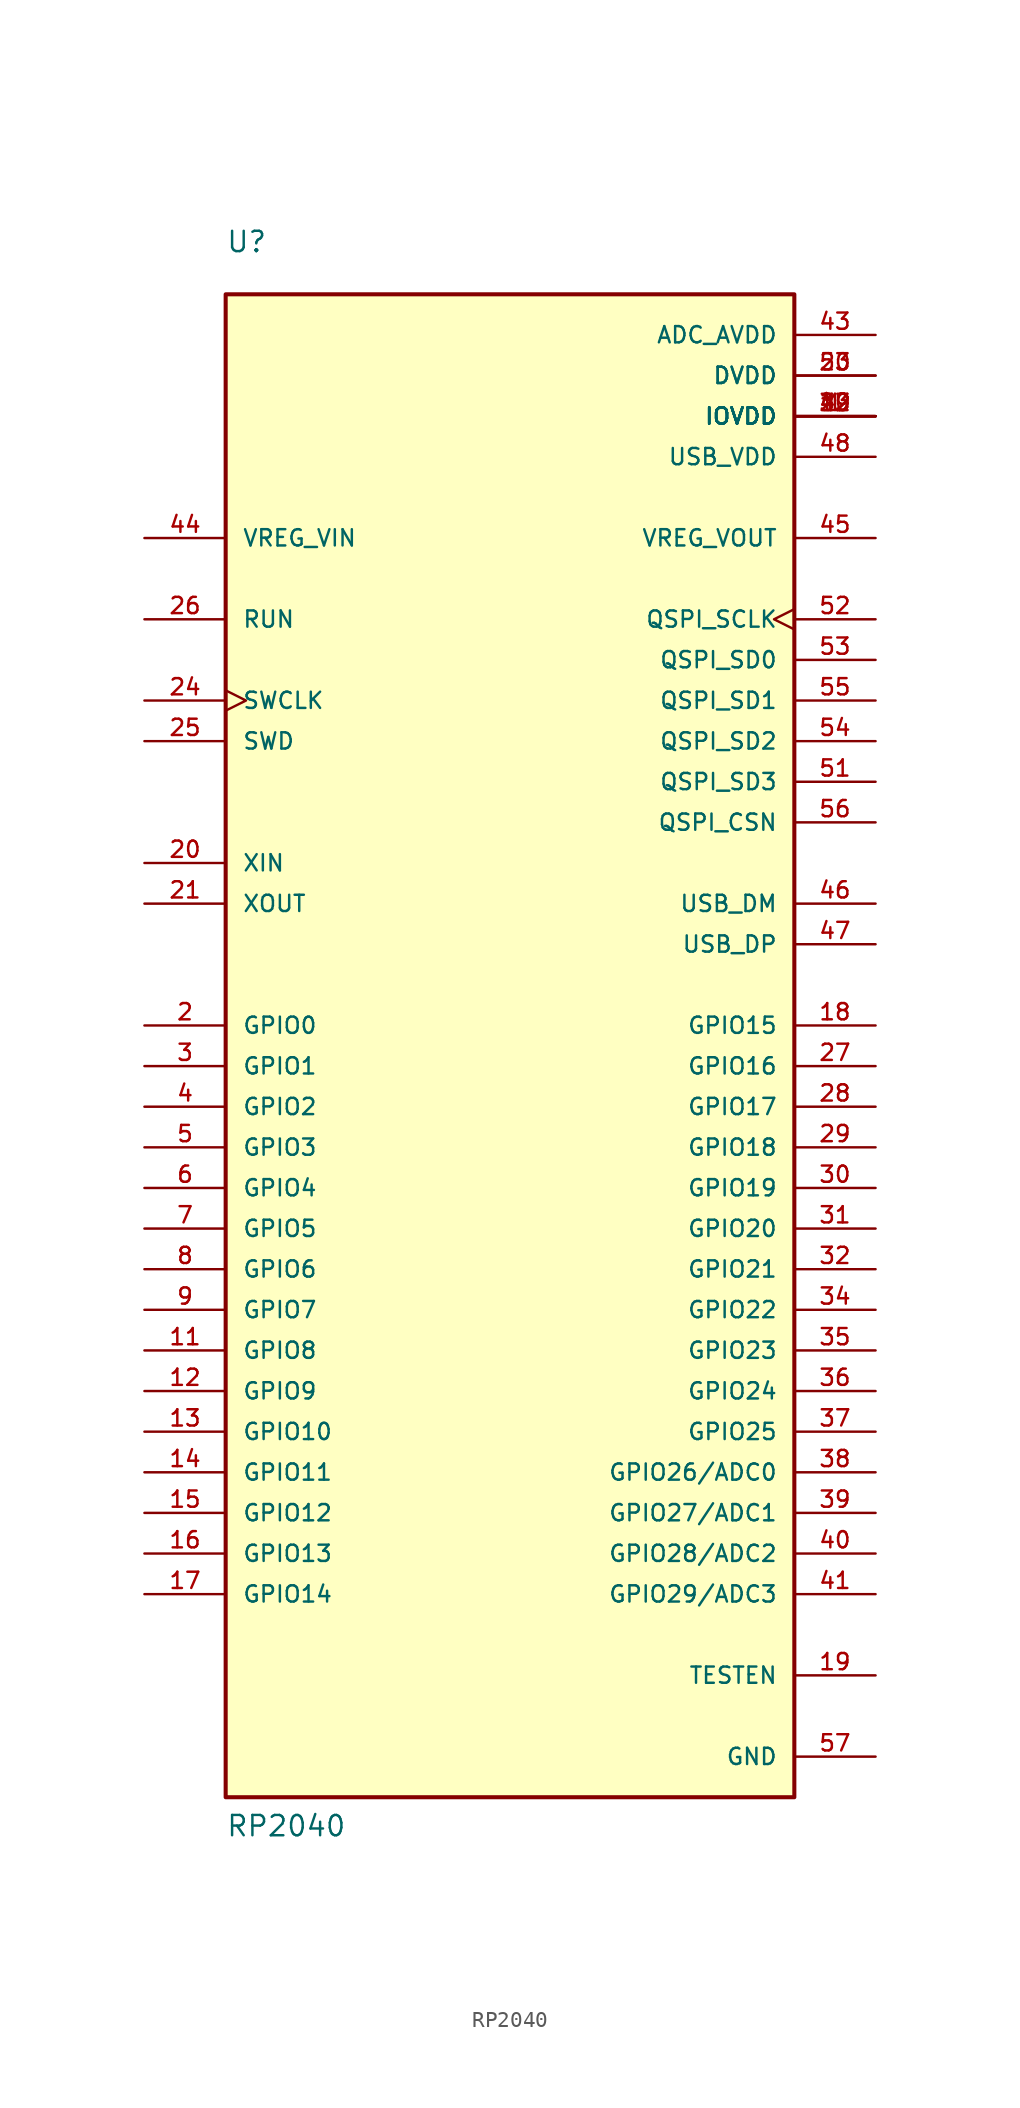
<source format=kicad_sym>
(kicad_symbol_lib
  (version 20211014)
  (generator kicad_symbol_editor)
  (symbol "RP2040"
    (pin_names
      (offset 1.016))
    (property "Reference" "U"
      (at -17.78 50.8 0)
      (effects (font (size 1.27 1.27)) (justify left bottom)))
    (property "Value" "RP2040"
      (at -17.78 -48.26 0)
      (effects (font (size 1.27 1.27)) (justify left bottom)))
    (property "ki_locked" ""
      (at 0 0 0)
      (effects (font (size 1.27 1.27))))
    (symbol "RP2040_0_0"
      (rectangle (start -17.78 -45.72) (end 17.78 48.26) (stroke (width 0.254) (type default) (color 0 0 0 0)) (fill (type background)))
      (pin power_in line (at 22.86 40.64 180) (length 5.08) (name "IOVDD" (effects (font (size 1.016 1.016)))) (number "1" (effects (font (size 1.016 1.016)))))
      (pin power_in line (at 22.86 40.64 180) (length 5.08) (name "IOVDD" (effects (font (size 1.016 1.016)))) (number "10" (effects (font (size 1.016 1.016)))))
      (pin bidirectional line (at -22.86 -17.78 0) (length 5.08) (name "GPIO8" (effects (font (size 1.016 1.016)))) (number "11" (effects (font (size 1.016 1.016)))))
      (pin bidirectional line (at -22.86 -20.32 0) (length 5.08) (name "GPIO9" (effects (font (size 1.016 1.016)))) (number "12" (effects (font (size 1.016 1.016)))))
      (pin bidirectional line (at -22.86 -22.86 0) (length 5.08) (name "GPIO10" (effects (font (size 1.016 1.016)))) (number "13" (effects (font (size 1.016 1.016)))))
      (pin bidirectional line (at -22.86 -25.4 0) (length 5.08) (name "GPIO11" (effects (font (size 1.016 1.016)))) (number "14" (effects (font (size 1.016 1.016)))))
      (pin bidirectional line (at -22.86 -27.94 0) (length 5.08) (name "GPIO12" (effects (font (size 1.016 1.016)))) (number "15" (effects (font (size 1.016 1.016)))))
      (pin bidirectional line (at -22.86 -30.48 0) (length 5.08) (name "GPIO13" (effects (font (size 1.016 1.016)))) (number "16" (effects (font (size 1.016 1.016)))))
      (pin bidirectional line (at -22.86 -33.02 0) (length 5.08) (name "GPIO14" (effects (font (size 1.016 1.016)))) (number "17" (effects (font (size 1.016 1.016)))))
      (pin bidirectional line (at 22.86 2.54 180) (length 5.08) (name "GPIO15" (effects (font (size 1.016 1.016)))) (number "18" (effects (font (size 1.016 1.016)))))
      (pin passive line (at 22.86 -38.1 180) (length 5.08) (name "TESTEN" (effects (font (size 1.016 1.016)))) (number "19" (effects (font (size 1.016 1.016)))))
      (pin bidirectional line (at -22.86 2.54 0) (length 5.08) (name "GPIO0" (effects (font (size 1.016 1.016)))) (number "2" (effects (font (size 1.016 1.016)))))
      (pin input line (at -22.86 12.7 0) (length 5.08) (name "XIN" (effects (font (size 1.016 1.016)))) (number "20" (effects (font (size 1.016 1.016)))))
      (pin output line (at -22.86 10.16 0) (length 5.08) (name "XOUT" (effects (font (size 1.016 1.016)))) (number "21" (effects (font (size 1.016 1.016)))))
      (pin power_in line (at 22.86 40.64 180) (length 5.08) (name "IOVDD" (effects (font (size 1.016 1.016)))) (number "22" (effects (font (size 1.016 1.016)))))
      (pin power_in line (at 22.86 43.18 180) (length 5.08) (name "DVDD" (effects (font (size 1.016 1.016)))) (number "23" (effects (font (size 1.016 1.016)))))
      (pin input clock (at -22.86 22.86 0) (length 5.08) (name "SWCLK" (effects (font (size 1.016 1.016)))) (number "24" (effects (font (size 1.016 1.016)))))
      (pin bidirectional line (at -22.86 20.32 0) (length 5.08) (name "SWD" (effects (font (size 1.016 1.016)))) (number "25" (effects (font (size 1.016 1.016)))))
      (pin input line (at -22.86 27.94 0) (length 5.08) (name "RUN" (effects (font (size 1.016 1.016)))) (number "26" (effects (font (size 1.016 1.016)))))
      (pin bidirectional line (at 22.86 0 180) (length 5.08) (name "GPIO16" (effects (font (size 1.016 1.016)))) (number "27" (effects (font (size 1.016 1.016)))))
      (pin bidirectional line (at 22.86 -2.54 180) (length 5.08) (name "GPIO17" (effects (font (size 1.016 1.016)))) (number "28" (effects (font (size 1.016 1.016)))))
      (pin bidirectional line (at 22.86 -5.08 180) (length 5.08) (name "GPIO18" (effects (font (size 1.016 1.016)))) (number "29" (effects (font (size 1.016 1.016)))))
      (pin bidirectional line (at -22.86 0 0) (length 5.08) (name "GPIO1" (effects (font (size 1.016 1.016)))) (number "3" (effects (font (size 1.016 1.016)))))
      (pin bidirectional line (at 22.86 -7.62 180) (length 5.08) (name "GPIO19" (effects (font (size 1.016 1.016)))) (number "30" (effects (font (size 1.016 1.016)))))
      (pin bidirectional line (at 22.86 -10.16 180) (length 5.08) (name "GPIO20" (effects (font (size 1.016 1.016)))) (number "31" (effects (font (size 1.016 1.016)))))
      (pin bidirectional line (at 22.86 -12.7 180) (length 5.08) (name "GPIO21" (effects (font (size 1.016 1.016)))) (number "32" (effects (font (size 1.016 1.016)))))
      (pin power_in line (at 22.86 40.64 180) (length 5.08) (name "IOVDD" (effects (font (size 1.016 1.016)))) (number "33" (effects (font (size 1.016 1.016)))))
      (pin bidirectional line (at 22.86 -15.24 180) (length 5.08) (name "GPIO22" (effects (font (size 1.016 1.016)))) (number "34" (effects (font (size 1.016 1.016)))))
      (pin bidirectional line (at 22.86 -17.78 180) (length 5.08) (name "GPIO23" (effects (font (size 1.016 1.016)))) (number "35" (effects (font (size 1.016 1.016)))))
      (pin bidirectional line (at 22.86 -20.32 180) (length 5.08) (name "GPIO24" (effects (font (size 1.016 1.016)))) (number "36" (effects (font (size 1.016 1.016)))))
      (pin bidirectional line (at 22.86 -22.86 180) (length 5.08) (name "GPIO25" (effects (font (size 1.016 1.016)))) (number "37" (effects (font (size 1.016 1.016)))))
      (pin bidirectional line (at 22.86 -25.4 180) (length 5.08) (name "GPIO26/ADC0" (effects (font (size 1.016 1.016)))) (number "38" (effects (font (size 1.016 1.016)))))
      (pin bidirectional line (at 22.86 -27.94 180) (length 5.08) (name "GPIO27/ADC1" (effects (font (size 1.016 1.016)))) (number "39" (effects (font (size 1.016 1.016)))))
      (pin bidirectional line (at -22.86 -2.54 0) (length 5.08) (name "GPIO2" (effects (font (size 1.016 1.016)))) (number "4" (effects (font (size 1.016 1.016)))))
      (pin bidirectional line (at 22.86 -30.48 180) (length 5.08) (name "GPIO28/ADC2" (effects (font (size 1.016 1.016)))) (number "40" (effects (font (size 1.016 1.016)))))
      (pin bidirectional line (at 22.86 -33.02 180) (length 5.08) (name "GPIO29/ADC3" (effects (font (size 1.016 1.016)))) (number "41" (effects (font (size 1.016 1.016)))))
      (pin power_in line (at 22.86 40.64 180) (length 5.08) (name "IOVDD" (effects (font (size 1.016 1.016)))) (number "42" (effects (font (size 1.016 1.016)))))
      (pin power_in line (at 22.86 45.72 180) (length 5.08) (name "ADC_AVDD" (effects (font (size 1.016 1.016)))) (number "43" (effects (font (size 1.016 1.016)))))
      (pin input line (at -22.86 33.02 0) (length 5.08) (name "VREG_VIN" (effects (font (size 1.016 1.016)))) (number "44" (effects (font (size 1.016 1.016)))))
      (pin power_out line (at 22.86 33.02 180) (length 5.08) (name "VREG_VOUT" (effects (font (size 1.016 1.016)))) (number "45" (effects (font (size 1.016 1.016)))))
      (pin bidirectional line (at 22.86 10.16 180) (length 5.08) (name "USB_DM" (effects (font (size 1.016 1.016)))) (number "46" (effects (font (size 1.016 1.016)))))
      (pin bidirectional line (at 22.86 7.62 180) (length 5.08) (name "USB_DP" (effects (font (size 1.016 1.016)))) (number "47" (effects (font (size 1.016 1.016)))))
      (pin power_in line (at 22.86 38.1 180) (length 5.08) (name "USB_VDD" (effects (font (size 1.016 1.016)))) (number "48" (effects (font (size 1.016 1.016)))))
      (pin power_in line (at 22.86 40.64 180) (length 5.08) (name "IOVDD" (effects (font (size 1.016 1.016)))) (number "49" (effects (font (size 1.016 1.016)))))
      (pin bidirectional line (at -22.86 -5.08 0) (length 5.08) (name "GPIO3" (effects (font (size 1.016 1.016)))) (number "5" (effects (font (size 1.016 1.016)))))
      (pin power_in line (at 22.86 43.18 180) (length 5.08) (name "DVDD" (effects (font (size 1.016 1.016)))) (number "50" (effects (font (size 1.016 1.016)))))
      (pin bidirectional line (at 22.86 17.78 180) (length 5.08) (name "QSPI_SD3" (effects (font (size 1.016 1.016)))) (number "51" (effects (font (size 1.016 1.016)))))
      (pin bidirectional clock (at 22.86 27.94 180) (length 5.08) (name "QSPI_SCLK" (effects (font (size 1.016 1.016)))) (number "52" (effects (font (size 1.016 1.016)))))
      (pin bidirectional line (at 22.86 25.4 180) (length 5.08) (name "QSPI_SD0" (effects (font (size 1.016 1.016)))) (number "53" (effects (font (size 1.016 1.016)))))
      (pin bidirectional line (at 22.86 20.32 180) (length 5.08) (name "QSPI_SD2" (effects (font (size 1.016 1.016)))) (number "54" (effects (font (size 1.016 1.016)))))
      (pin bidirectional line (at 22.86 22.86 180) (length 5.08) (name "QSPI_SD1" (effects (font (size 1.016 1.016)))) (number "55" (effects (font (size 1.016 1.016)))))
      (pin bidirectional line (at 22.86 15.24 180) (length 5.08) (name "QSPI_CSN" (effects (font (size 1.016 1.016)))) (number "56" (effects (font (size 1.016 1.016)))))
      (pin power_in line (at 22.86 -43.18 180) (length 5.08) (name "GND" (effects (font (size 1.016 1.016)))) (number "57" (effects (font (size 1.016 1.016)))))
      (pin bidirectional line (at -22.86 -7.62 0) (length 5.08) (name "GPIO4" (effects (font (size 1.016 1.016)))) (number "6" (effects (font (size 1.016 1.016)))))
      (pin bidirectional line (at -22.86 -10.16 0) (length 5.08) (name "GPIO5" (effects (font (size 1.016 1.016)))) (number "7" (effects (font (size 1.016 1.016)))))
      (pin bidirectional line (at -22.86 -12.7 0) (length 5.08) (name "GPIO6" (effects (font (size 1.016 1.016)))) (number "8" (effects (font (size 1.016 1.016)))))
      (pin bidirectional line (at -22.86 -15.24 0) (length 5.08) (name "GPIO7" (effects (font (size 1.016 1.016)))) (number "9" (effects (font (size 1.016 1.016))))))))
</source>
